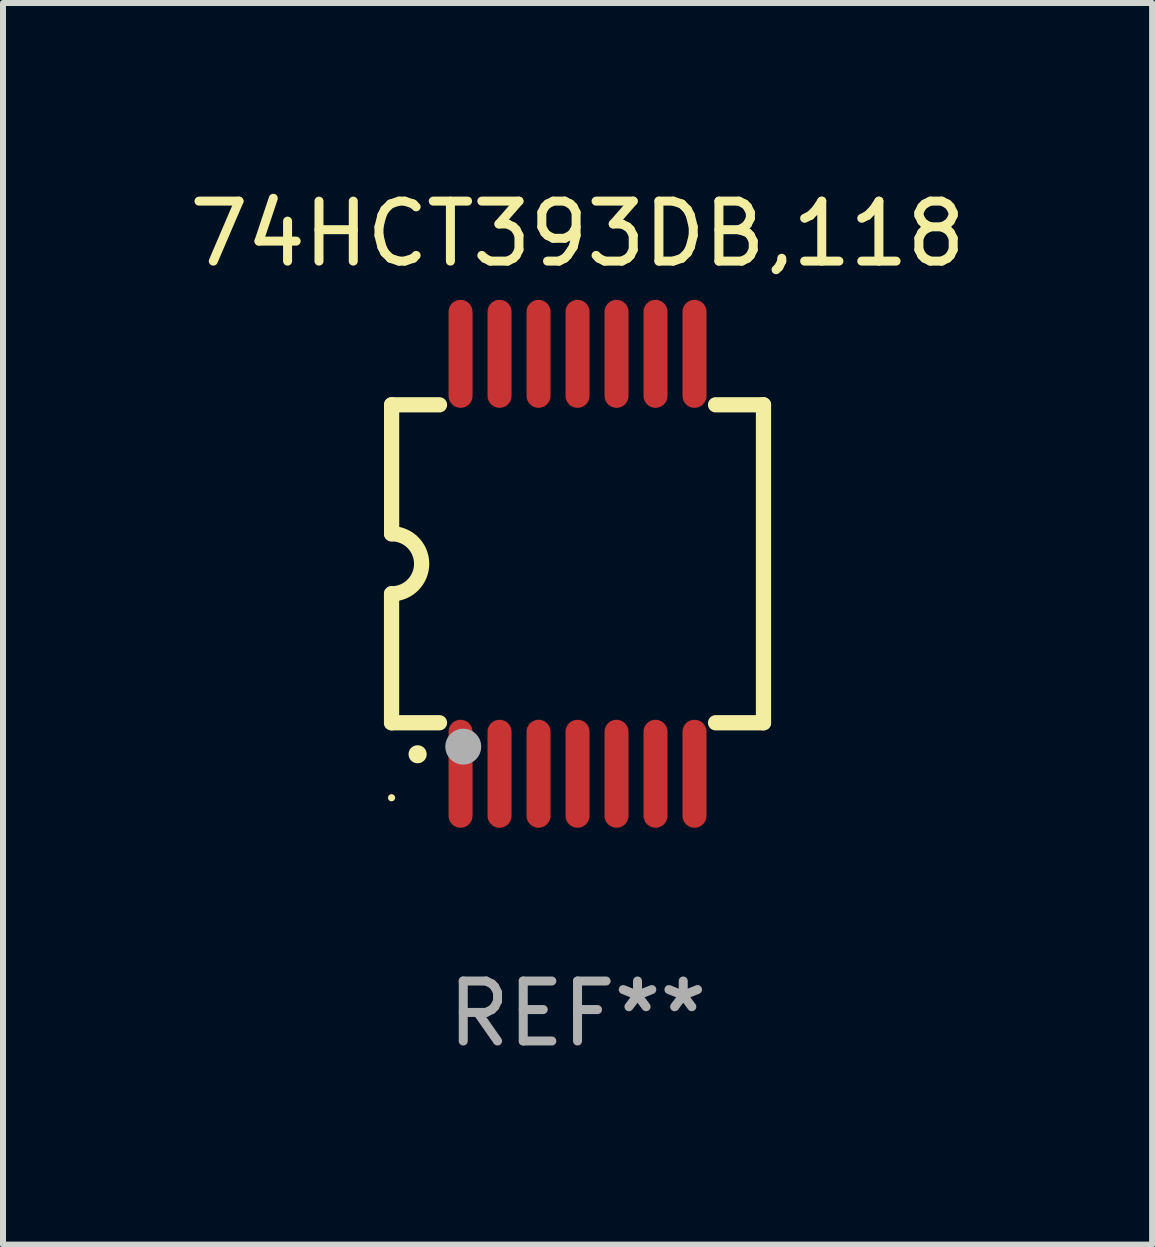
<source format=kicad_pcb>
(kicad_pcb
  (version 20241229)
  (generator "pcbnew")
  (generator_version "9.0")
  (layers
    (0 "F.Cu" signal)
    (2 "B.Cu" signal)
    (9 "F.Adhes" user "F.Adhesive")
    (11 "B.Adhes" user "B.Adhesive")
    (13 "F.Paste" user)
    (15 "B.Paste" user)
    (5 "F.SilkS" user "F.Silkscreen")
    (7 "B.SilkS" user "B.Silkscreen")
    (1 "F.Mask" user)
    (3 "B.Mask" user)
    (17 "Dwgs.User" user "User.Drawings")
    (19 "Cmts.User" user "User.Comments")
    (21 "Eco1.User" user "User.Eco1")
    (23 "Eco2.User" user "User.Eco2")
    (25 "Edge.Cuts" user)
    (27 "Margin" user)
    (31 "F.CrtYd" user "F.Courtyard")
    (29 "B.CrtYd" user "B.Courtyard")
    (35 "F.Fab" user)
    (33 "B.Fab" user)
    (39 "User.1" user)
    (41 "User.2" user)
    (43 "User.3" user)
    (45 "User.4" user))
  (footprint "74HCT393DB,118"
    (layer "F.Cu")
    (at 6.577 6.348)
    (property "Reference" "74HCT393DB,118" (at 0 -5.5 0) (layer "F.SilkS") (effects (font (size 1 1) (thickness 0.15))))
    (attr through_hole)
    (fp_line (start -3.1 2.65) (end -3.1 0.5) (stroke (width 0.254) (type solid)) (layer "F.SilkS"))
    (fp_line (start -3.099 -2.65) (end -2.301 -2.65) (stroke (width 0.254) (type solid)) (layer "F.SilkS"))
    (fp_line (start -3.099 -0.5) (end -3.099 -2.65) (stroke (width 0.254) (type solid)) (layer "F.SilkS"))
    (fp_line (start -2.301 2.65) (end -3.1 2.65) (stroke (width 0.254) (type solid)) (layer "F.SilkS"))
    (fp_line (start 2.301 -2.65) (end 3.1 -2.65) (stroke (width 0.254) (type solid)) (layer "F.SilkS"))
    (fp_line (start 3.1 -2.65) (end 3.1 2.65) (stroke (width 0.254) (type solid)) (layer "F.SilkS"))
    (fp_line (start 3.1 2.65) (end 2.301 2.65) (stroke (width 0.254) (type solid)) (layer "F.SilkS"))
    (fp_arc (start -3.098806 -0.500381) (mid -2.598806 0) (end -3.098806 0.500381) (stroke (width 0.254001) (type solid)) (layer "F.SilkS"))
    (fp_arc (start -2.667005 3.175006) (mid -2.665735 3.175001) (end -2.664465 3.175006) (stroke (width 0.3) (type solid)) (layer "F.SilkS"))
    (fp_circle (center -3.1 3.9) (end -3.07 3.9) (stroke (width 0.06) (type solid)) (fill no) (layer "F.SilkS"))
    (fp_circle (center -1.905 3.048) (end -1.755 3.048) (stroke (width 0.3) (type solid)) (fill no) (layer "F.Fab"))
    (fp_text user "REF**" (at 0 7.5 0) (layer "F.Fab") (effects (font (size 1 1) (thickness 0.15))))
    (pad "1" smd oval (at -1.95 3.5 270) (size 1.8 0.4) (layers "F.Cu" "F.Mask" "F.Paste"))
    (pad "2" smd oval (at -1.3 3.5 270) (size 1.8 0.4) (layers "F.Cu" "F.Mask" "F.Paste"))
    (pad "3" smd oval (at -0.65 3.5 270) (size 1.8 0.4) (layers "F.Cu" "F.Mask" "F.Paste"))
    (pad "4" smd oval (at 0 3.5 270) (size 1.8 0.4) (layers "F.Cu" "F.Mask" "F.Paste"))
    (pad "5" smd oval (at 0.65 3.5 270) (size 1.8 0.4) (layers "F.Cu" "F.Mask" "F.Paste"))
    (pad "6" smd oval (at 1.3 3.5 270) (size 1.8 0.4) (layers "F.Cu" "F.Mask" "F.Paste"))
    (pad "7" smd oval (at 1.95 3.5 270) (size 1.8 0.4) (layers "F.Cu" "F.Mask" "F.Paste"))
    (pad "8" smd oval (at 1.95 -3.5 90) (size 1.8 0.4) (layers "F.Cu" "F.Mask" "F.Paste"))
    (pad "9" smd oval (at 1.3 -3.5 90) (size 1.8 0.4) (layers "F.Cu" "F.Mask" "F.Paste"))
    (pad "10" smd oval (at 0.65 -3.5 90) (size 1.8 0.4) (layers "F.Cu" "F.Mask" "F.Paste"))
    (pad "11" smd oval (at 0 -3.5 90) (size 1.8 0.4) (layers "F.Cu" "F.Mask" "F.Paste"))
    (pad "12" smd oval (at -0.65 -3.5 90) (size 1.8 0.4) (layers "F.Cu" "F.Mask" "F.Paste"))
    (pad "13" smd oval (at -1.3 -3.5 90) (size 1.8 0.4) (layers "F.Cu" "F.Mask" "F.Paste"))
    (pad "14" smd oval (at -1.95 -3.5 90) (size 1.8 0.4) (layers "F.Cu" "F.Mask" "F.Paste")))
  (gr_rect
    (start -3 -3)
    (end 16.155 17.697)
    (stroke (width 0.1) (type default))
    (fill no)
    (layer "Edge.Cuts")))
</source>
